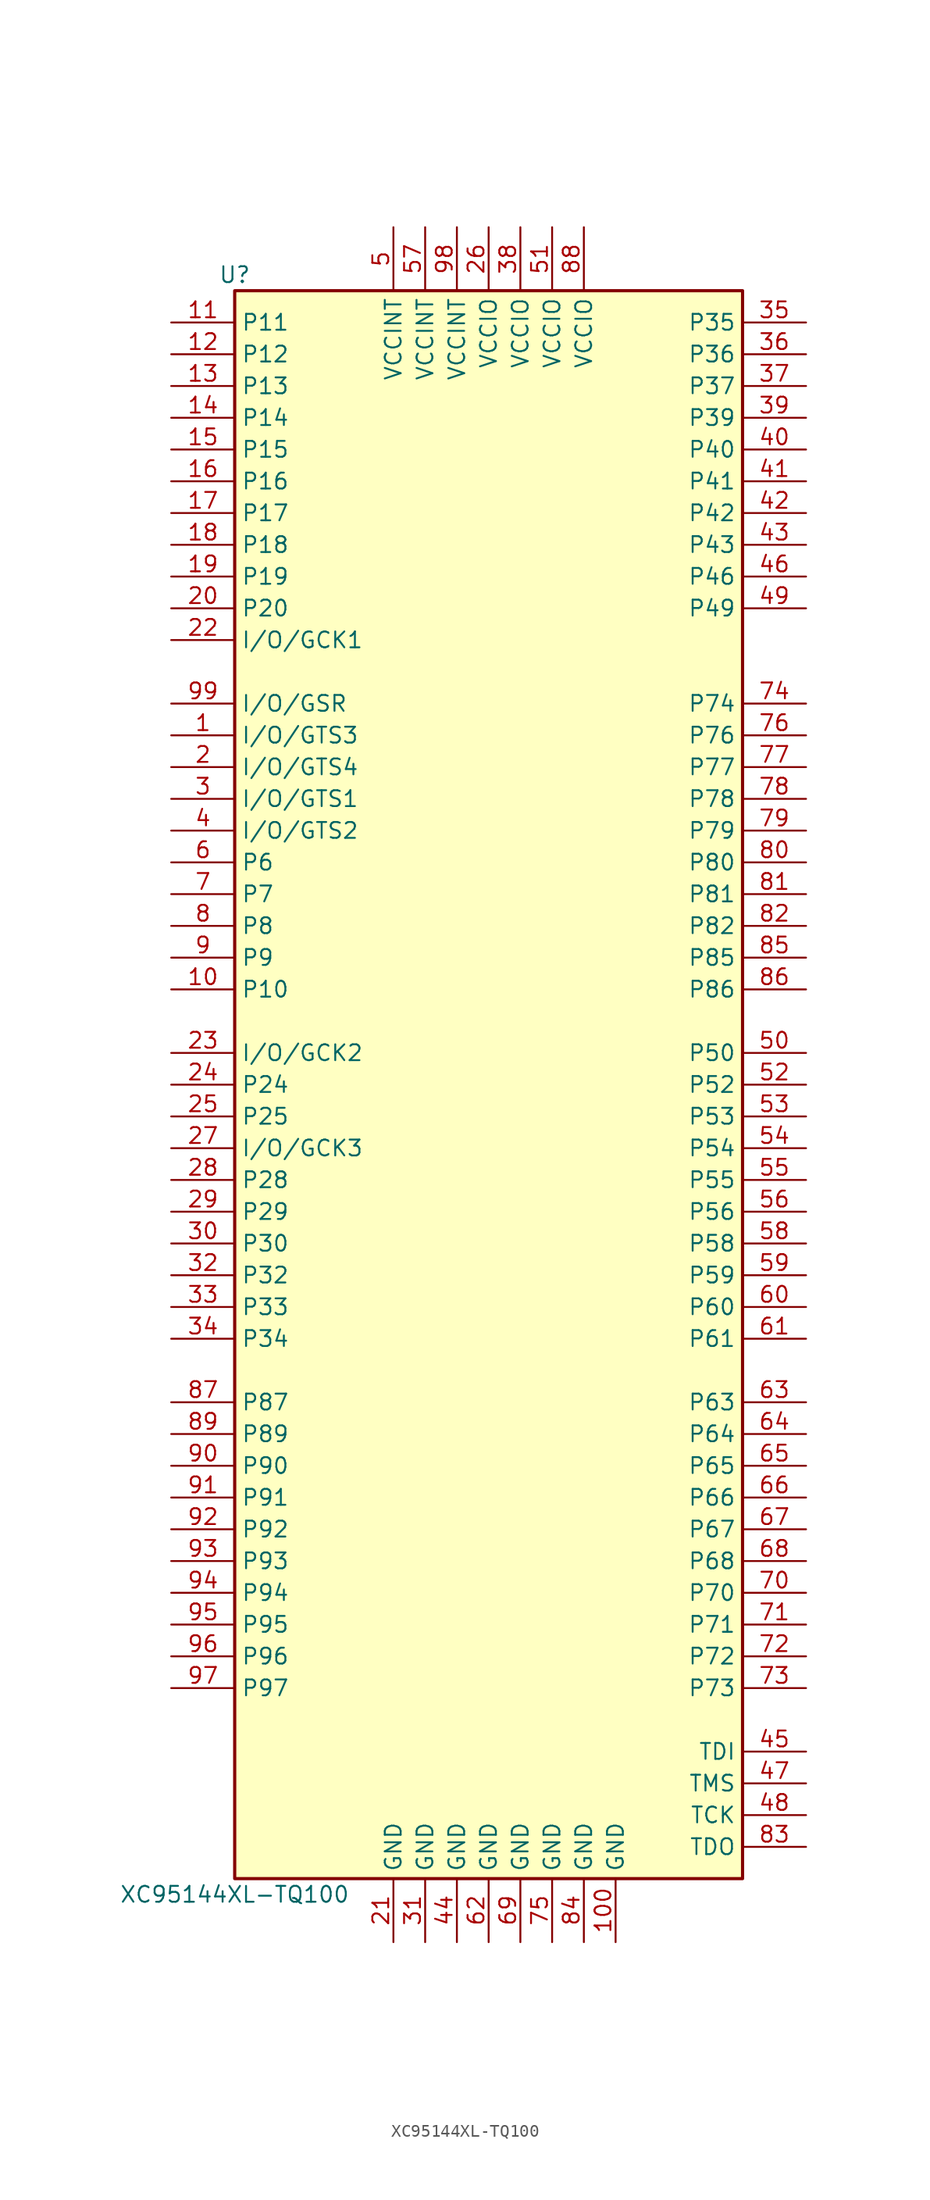
<source format=kicad_sym>
(kicad_symbol_lib
  (version 20241209)
  (generator "kicad_symbol_editor")
  (generator_version "9.0")
  (symbol "XC95144XL-TQ100"
    (property "Reference" "U"
      (at -20.32 64.77 0)
      (effects (font (size 1.27 1.27))))
    (property "Value" "XC95144XL-TQ100"
      (at -20.32 -64.77 0)
      (effects (font (size 1.27 1.27))))
    (symbol "XC95144XL-TQ100_1_1"
      (rectangle (start -20.32 63.5) (end 20.32 -63.5) (stroke (width 0.254) (type default)) (fill (type background)))
      (pin bidirectional line (at -25.4 60.96 0) (length 5.08) (name "P11" (effects (font (size 1.27 1.27)))) (number "11" (effects (font (size 1.27 1.27)))))
      (pin bidirectional line (at -25.4 58.42 0) (length 5.08) (name "P12" (effects (font (size 1.27 1.27)))) (number "12" (effects (font (size 1.27 1.27)))))
      (pin bidirectional line (at -25.4 55.88 0) (length 5.08) (name "P13" (effects (font (size 1.27 1.27)))) (number "13" (effects (font (size 1.27 1.27)))))
      (pin bidirectional line (at -25.4 53.34 0) (length 5.08) (name "P14" (effects (font (size 1.27 1.27)))) (number "14" (effects (font (size 1.27 1.27)))))
      (pin bidirectional line (at -25.4 50.8 0) (length 5.08) (name "P15" (effects (font (size 1.27 1.27)))) (number "15" (effects (font (size 1.27 1.27)))))
      (pin bidirectional line (at -25.4 48.26 0) (length 5.08) (name "P16" (effects (font (size 1.27 1.27)))) (number "16" (effects (font (size 1.27 1.27)))))
      (pin bidirectional line (at -25.4 45.72 0) (length 5.08) (name "P17" (effects (font (size 1.27 1.27)))) (number "17" (effects (font (size 1.27 1.27)))))
      (pin bidirectional line (at -25.4 43.18 0) (length 5.08) (name "P18" (effects (font (size 1.27 1.27)))) (number "18" (effects (font (size 1.27 1.27)))))
      (pin bidirectional line (at -25.4 40.64 0) (length 5.08) (name "P19" (effects (font (size 1.27 1.27)))) (number "19" (effects (font (size 1.27 1.27)))))
      (pin bidirectional line (at -25.4 38.1 0) (length 5.08) (name "P20" (effects (font (size 1.27 1.27)))) (number "20" (effects (font (size 1.27 1.27)))))
      (pin bidirectional line (at -25.4 35.56 0) (length 5.08) (name "I/O/GCK1" (effects (font (size 1.27 1.27)))) (number "22" (effects (font (size 1.27 1.27)))))
      (pin bidirectional line (at -25.4 30.48 0) (length 5.08) (name "I/O/GSR" (effects (font (size 1.27 1.27)))) (number "99" (effects (font (size 1.27 1.27)))))
      (pin bidirectional line (at -25.4 27.94 0) (length 5.08) (name "I/O/GTS3" (effects (font (size 1.27 1.27)))) (number "1" (effects (font (size 1.27 1.27)))))
      (pin bidirectional line (at -25.4 25.4 0) (length 5.08) (name "I/O/GTS4" (effects (font (size 1.27 1.27)))) (number "2" (effects (font (size 1.27 1.27)))))
      (pin bidirectional line (at -25.4 22.86 0) (length 5.08) (name "I/O/GTS1" (effects (font (size 1.27 1.27)))) (number "3" (effects (font (size 1.27 1.27)))))
      (pin bidirectional line (at -25.4 20.32 0) (length 5.08) (name "I/O/GTS2" (effects (font (size 1.27 1.27)))) (number "4" (effects (font (size 1.27 1.27)))))
      (pin bidirectional line (at -25.4 17.78 0) (length 5.08) (name "P6" (effects (font (size 1.27 1.27)))) (number "6" (effects (font (size 1.27 1.27)))))
      (pin bidirectional line (at -25.4 15.24 0) (length 5.08) (name "P7" (effects (font (size 1.27 1.27)))) (number "7" (effects (font (size 1.27 1.27)))))
      (pin bidirectional line (at -25.4 12.7 0) (length 5.08) (name "P8" (effects (font (size 1.27 1.27)))) (number "8" (effects (font (size 1.27 1.27)))))
      (pin bidirectional line (at -25.4 10.16 0) (length 5.08) (name "P9" (effects (font (size 1.27 1.27)))) (number "9" (effects (font (size 1.27 1.27)))))
      (pin bidirectional line (at -25.4 7.62 0) (length 5.08) (name "P10" (effects (font (size 1.27 1.27)))) (number "10" (effects (font (size 1.27 1.27)))))
      (pin bidirectional line (at -25.4 2.54 0) (length 5.08) (name "I/O/GCK2" (effects (font (size 1.27 1.27)))) (number "23" (effects (font (size 1.27 1.27)))))
      (pin bidirectional line (at -25.4 0 0) (length 5.08) (name "P24" (effects (font (size 1.27 1.27)))) (number "24" (effects (font (size 1.27 1.27)))))
      (pin bidirectional line (at -25.4 -2.54 0) (length 5.08) (name "P25" (effects (font (size 1.27 1.27)))) (number "25" (effects (font (size 1.27 1.27)))))
      (pin bidirectional line (at -25.4 -5.08 0) (length 5.08) (name "I/O/GCK3" (effects (font (size 1.27 1.27)))) (number "27" (effects (font (size 1.27 1.27)))))
      (pin bidirectional line (at -25.4 -7.62 0) (length 5.08) (name "P28" (effects (font (size 1.27 1.27)))) (number "28" (effects (font (size 1.27 1.27)))))
      (pin bidirectional line (at -25.4 -10.16 0) (length 5.08) (name "P29" (effects (font (size 1.27 1.27)))) (number "29" (effects (font (size 1.27 1.27)))))
      (pin bidirectional line (at -25.4 -12.7 0) (length 5.08) (name "P30" (effects (font (size 1.27 1.27)))) (number "30" (effects (font (size 1.27 1.27)))))
      (pin bidirectional line (at -25.4 -15.24 0) (length 5.08) (name "P32" (effects (font (size 1.27 1.27)))) (number "32" (effects (font (size 1.27 1.27)))))
      (pin bidirectional line (at -25.4 -17.78 0) (length 5.08) (name "P33" (effects (font (size 1.27 1.27)))) (number "33" (effects (font (size 1.27 1.27)))))
      (pin bidirectional line (at -25.4 -20.32 0) (length 5.08) (name "P34" (effects (font (size 1.27 1.27)))) (number "34" (effects (font (size 1.27 1.27)))))
      (pin bidirectional line (at -25.4 -25.4 0) (length 5.08) (name "P87" (effects (font (size 1.27 1.27)))) (number "87" (effects (font (size 1.27 1.27)))))
      (pin bidirectional line (at -25.4 -27.94 0) (length 5.08) (name "P89" (effects (font (size 1.27 1.27)))) (number "89" (effects (font (size 1.27 1.27)))))
      (pin bidirectional line (at -25.4 -30.48 0) (length 5.08) (name "P90" (effects (font (size 1.27 1.27)))) (number "90" (effects (font (size 1.27 1.27)))))
      (pin bidirectional line (at -25.4 -33.02 0) (length 5.08) (name "P91" (effects (font (size 1.27 1.27)))) (number "91" (effects (font (size 1.27 1.27)))))
      (pin bidirectional line (at -25.4 -35.56 0) (length 5.08) (name "P92" (effects (font (size 1.27 1.27)))) (number "92" (effects (font (size 1.27 1.27)))))
      (pin bidirectional line (at -25.4 -38.1 0) (length 5.08) (name "P93" (effects (font (size 1.27 1.27)))) (number "93" (effects (font (size 1.27 1.27)))))
      (pin bidirectional line (at -25.4 -40.64 0) (length 5.08) (name "P94" (effects (font (size 1.27 1.27)))) (number "94" (effects (font (size 1.27 1.27)))))
      (pin bidirectional line (at -25.4 -43.18 0) (length 5.08) (name "P95" (effects (font (size 1.27 1.27)))) (number "95" (effects (font (size 1.27 1.27)))))
      (pin bidirectional line (at -25.4 -45.72 0) (length 5.08) (name "P96" (effects (font (size 1.27 1.27)))) (number "96" (effects (font (size 1.27 1.27)))))
      (pin bidirectional line (at -25.4 -48.26 0) (length 5.08) (name "P97" (effects (font (size 1.27 1.27)))) (number "97" (effects (font (size 1.27 1.27)))))
      (pin power_in line (at -7.62 68.58 270) (length 5.08) (name "VCCINT" (effects (font (size 1.27 1.27)))) (number "5" (effects (font (size 1.27 1.27)))))
      (pin power_in line (at -7.62 -68.58 90) (length 5.08) (name "GND" (effects (font (size 1.27 1.27)))) (number "21" (effects (font (size 1.27 1.27)))))
      (pin power_in line (at -5.08 68.58 270) (length 5.08) (name "VCCINT" (effects (font (size 1.27 1.27)))) (number "57" (effects (font (size 1.27 1.27)))))
      (pin power_in line (at -5.08 -68.58 90) (length 5.08) (name "GND" (effects (font (size 1.27 1.27)))) (number "31" (effects (font (size 1.27 1.27)))))
      (pin power_in line (at -2.54 68.58 270) (length 5.08) (name "VCCINT" (effects (font (size 1.27 1.27)))) (number "98" (effects (font (size 1.27 1.27)))))
      (pin power_in line (at -2.54 -68.58 90) (length 5.08) (name "GND" (effects (font (size 1.27 1.27)))) (number "44" (effects (font (size 1.27 1.27)))))
      (pin power_in line (at 0 68.58 270) (length 5.08) (name "VCCIO" (effects (font (size 1.27 1.27)))) (number "26" (effects (font (size 1.27 1.27)))))
      (pin power_in line (at 0 -68.58 90) (length 5.08) (name "GND" (effects (font (size 1.27 1.27)))) (number "62" (effects (font (size 1.27 1.27)))))
      (pin power_in line (at 2.54 68.58 270) (length 5.08) (name "VCCIO" (effects (font (size 1.27 1.27)))) (number "38" (effects (font (size 1.27 1.27)))))
      (pin power_in line (at 2.54 -68.58 90) (length 5.08) (name "GND" (effects (font (size 1.27 1.27)))) (number "69" (effects (font (size 1.27 1.27)))))
      (pin power_in line (at 5.08 68.58 270) (length 5.08) (name "VCCIO" (effects (font (size 1.27 1.27)))) (number "51" (effects (font (size 1.27 1.27)))))
      (pin power_in line (at 5.08 -68.58 90) (length 5.08) (name "GND" (effects (font (size 1.27 1.27)))) (number "75" (effects (font (size 1.27 1.27)))))
      (pin power_in line (at 7.62 68.58 270) (length 5.08) (name "VCCIO" (effects (font (size 1.27 1.27)))) (number "88" (effects (font (size 1.27 1.27)))))
      (pin power_in line (at 7.62 -68.58 90) (length 5.08) (name "GND" (effects (font (size 1.27 1.27)))) (number "84" (effects (font (size 1.27 1.27)))))
      (pin power_in line (at 10.16 -68.58 90) (length 5.08) (name "GND" (effects (font (size 1.27 1.27)))) (number "100" (effects (font (size 1.27 1.27)))))
      (pin bidirectional line (at 25.4 60.96 180) (length 5.08) (name "P35" (effects (font (size 1.27 1.27)))) (number "35" (effects (font (size 1.27 1.27)))))
      (pin bidirectional line (at 25.4 58.42 180) (length 5.08) (name "P36" (effects (font (size 1.27 1.27)))) (number "36" (effects (font (size 1.27 1.27)))))
      (pin bidirectional line (at 25.4 55.88 180) (length 5.08) (name "P37" (effects (font (size 1.27 1.27)))) (number "37" (effects (font (size 1.27 1.27)))))
      (pin bidirectional line (at 25.4 53.34 180) (length 5.08) (name "P39" (effects (font (size 1.27 1.27)))) (number "39" (effects (font (size 1.27 1.27)))))
      (pin bidirectional line (at 25.4 50.8 180) (length 5.08) (name "P40" (effects (font (size 1.27 1.27)))) (number "40" (effects (font (size 1.27 1.27)))))
      (pin bidirectional line (at 25.4 48.26 180) (length 5.08) (name "P41" (effects (font (size 1.27 1.27)))) (number "41" (effects (font (size 1.27 1.27)))))
      (pin bidirectional line (at 25.4 45.72 180) (length 5.08) (name "P42" (effects (font (size 1.27 1.27)))) (number "42" (effects (font (size 1.27 1.27)))))
      (pin bidirectional line (at 25.4 43.18 180) (length 5.08) (name "P43" (effects (font (size 1.27 1.27)))) (number "43" (effects (font (size 1.27 1.27)))))
      (pin bidirectional line (at 25.4 40.64 180) (length 5.08) (name "P46" (effects (font (size 1.27 1.27)))) (number "46" (effects (font (size 1.27 1.27)))))
      (pin bidirectional line (at 25.4 38.1 180) (length 5.08) (name "P49" (effects (font (size 1.27 1.27)))) (number "49" (effects (font (size 1.27 1.27)))))
      (pin bidirectional line (at 25.4 30.48 180) (length 5.08) (name "P74" (effects (font (size 1.27 1.27)))) (number "74" (effects (font (size 1.27 1.27)))))
      (pin bidirectional line (at 25.4 27.94 180) (length 5.08) (name "P76" (effects (font (size 1.27 1.27)))) (number "76" (effects (font (size 1.27 1.27)))))
      (pin bidirectional line (at 25.4 25.4 180) (length 5.08) (name "P77" (effects (font (size 1.27 1.27)))) (number "77" (effects (font (size 1.27 1.27)))))
      (pin bidirectional line (at 25.4 22.86 180) (length 5.08) (name "P78" (effects (font (size 1.27 1.27)))) (number "78" (effects (font (size 1.27 1.27)))))
      (pin bidirectional line (at 25.4 20.32 180) (length 5.08) (name "P79" (effects (font (size 1.27 1.27)))) (number "79" (effects (font (size 1.27 1.27)))))
      (pin bidirectional line (at 25.4 17.78 180) (length 5.08) (name "P80" (effects (font (size 1.27 1.27)))) (number "80" (effects (font (size 1.27 1.27)))))
      (pin bidirectional line (at 25.4 15.24 180) (length 5.08) (name "P81" (effects (font (size 1.27 1.27)))) (number "81" (effects (font (size 1.27 1.27)))))
      (pin bidirectional line (at 25.4 12.7 180) (length 5.08) (name "P82" (effects (font (size 1.27 1.27)))) (number "82" (effects (font (size 1.27 1.27)))))
      (pin bidirectional line (at 25.4 10.16 180) (length 5.08) (name "P85" (effects (font (size 1.27 1.27)))) (number "85" (effects (font (size 1.27 1.27)))))
      (pin bidirectional line (at 25.4 7.62 180) (length 5.08) (name "P86" (effects (font (size 1.27 1.27)))) (number "86" (effects (font (size 1.27 1.27)))))
      (pin bidirectional line (at 25.4 2.54 180) (length 5.08) (name "P50" (effects (font (size 1.27 1.27)))) (number "50" (effects (font (size 1.27 1.27)))))
      (pin bidirectional line (at 25.4 0 180) (length 5.08) (name "P52" (effects (font (size 1.27 1.27)))) (number "52" (effects (font (size 1.27 1.27)))))
      (pin bidirectional line (at 25.4 -2.54 180) (length 5.08) (name "P53" (effects (font (size 1.27 1.27)))) (number "53" (effects (font (size 1.27 1.27)))))
      (pin bidirectional line (at 25.4 -5.08 180) (length 5.08) (name "P54" (effects (font (size 1.27 1.27)))) (number "54" (effects (font (size 1.27 1.27)))))
      (pin bidirectional line (at 25.4 -7.62 180) (length 5.08) (name "P55" (effects (font (size 1.27 1.27)))) (number "55" (effects (font (size 1.27 1.27)))))
      (pin bidirectional line (at 25.4 -10.16 180) (length 5.08) (name "P56" (effects (font (size 1.27 1.27)))) (number "56" (effects (font (size 1.27 1.27)))))
      (pin bidirectional line (at 25.4 -12.7 180) (length 5.08) (name "P58" (effects (font (size 1.27 1.27)))) (number "58" (effects (font (size 1.27 1.27)))))
      (pin bidirectional line (at 25.4 -15.24 180) (length 5.08) (name "P59" (effects (font (size 1.27 1.27)))) (number "59" (effects (font (size 1.27 1.27)))))
      (pin bidirectional line (at 25.4 -17.78 180) (length 5.08) (name "P60" (effects (font (size 1.27 1.27)))) (number "60" (effects (font (size 1.27 1.27)))))
      (pin bidirectional line (at 25.4 -20.32 180) (length 5.08) (name "P61" (effects (font (size 1.27 1.27)))) (number "61" (effects (font (size 1.27 1.27)))))
      (pin bidirectional line (at 25.4 -25.4 180) (length 5.08) (name "P63" (effects (font (size 1.27 1.27)))) (number "63" (effects (font (size 1.27 1.27)))))
      (pin bidirectional line (at 25.4 -27.94 180) (length 5.08) (name "P64" (effects (font (size 1.27 1.27)))) (number "64" (effects (font (size 1.27 1.27)))))
      (pin bidirectional line (at 25.4 -30.48 180) (length 5.08) (name "P65" (effects (font (size 1.27 1.27)))) (number "65" (effects (font (size 1.27 1.27)))))
      (pin bidirectional line (at 25.4 -33.02 180) (length 5.08) (name "P66" (effects (font (size 1.27 1.27)))) (number "66" (effects (font (size 1.27 1.27)))))
      (pin bidirectional line (at 25.4 -35.56 180) (length 5.08) (name "P67" (effects (font (size 1.27 1.27)))) (number "67" (effects (font (size 1.27 1.27)))))
      (pin bidirectional line (at 25.4 -38.1 180) (length 5.08) (name "P68" (effects (font (size 1.27 1.27)))) (number "68" (effects (font (size 1.27 1.27)))))
      (pin bidirectional line (at 25.4 -40.64 180) (length 5.08) (name "P70" (effects (font (size 1.27 1.27)))) (number "70" (effects (font (size 1.27 1.27)))))
      (pin bidirectional line (at 25.4 -43.18 180) (length 5.08) (name "P71" (effects (font (size 1.27 1.27)))) (number "71" (effects (font (size 1.27 1.27)))))
      (pin bidirectional line (at 25.4 -45.72 180) (length 5.08) (name "P72" (effects (font (size 1.27 1.27)))) (number "72" (effects (font (size 1.27 1.27)))))
      (pin bidirectional line (at 25.4 -48.26 180) (length 5.08) (name "P73" (effects (font (size 1.27 1.27)))) (number "73" (effects (font (size 1.27 1.27)))))
      (pin input line (at 25.4 -53.34 180) (length 5.08) (name "TDI" (effects (font (size 1.27 1.27)))) (number "45" (effects (font (size 1.27 1.27)))))
      (pin input line (at 25.4 -55.88 180) (length 5.08) (name "TMS" (effects (font (size 1.27 1.27)))) (number "47" (effects (font (size 1.27 1.27)))))
      (pin input line (at 25.4 -58.42 180) (length 5.08) (name "TCK" (effects (font (size 1.27 1.27)))) (number "48" (effects (font (size 1.27 1.27)))))
      (pin output line (at 25.4 -60.96 180) (length 5.08) (name "TDO" (effects (font (size 1.27 1.27)))) (number "83" (effects (font (size 1.27 1.27))))))))
</source>
